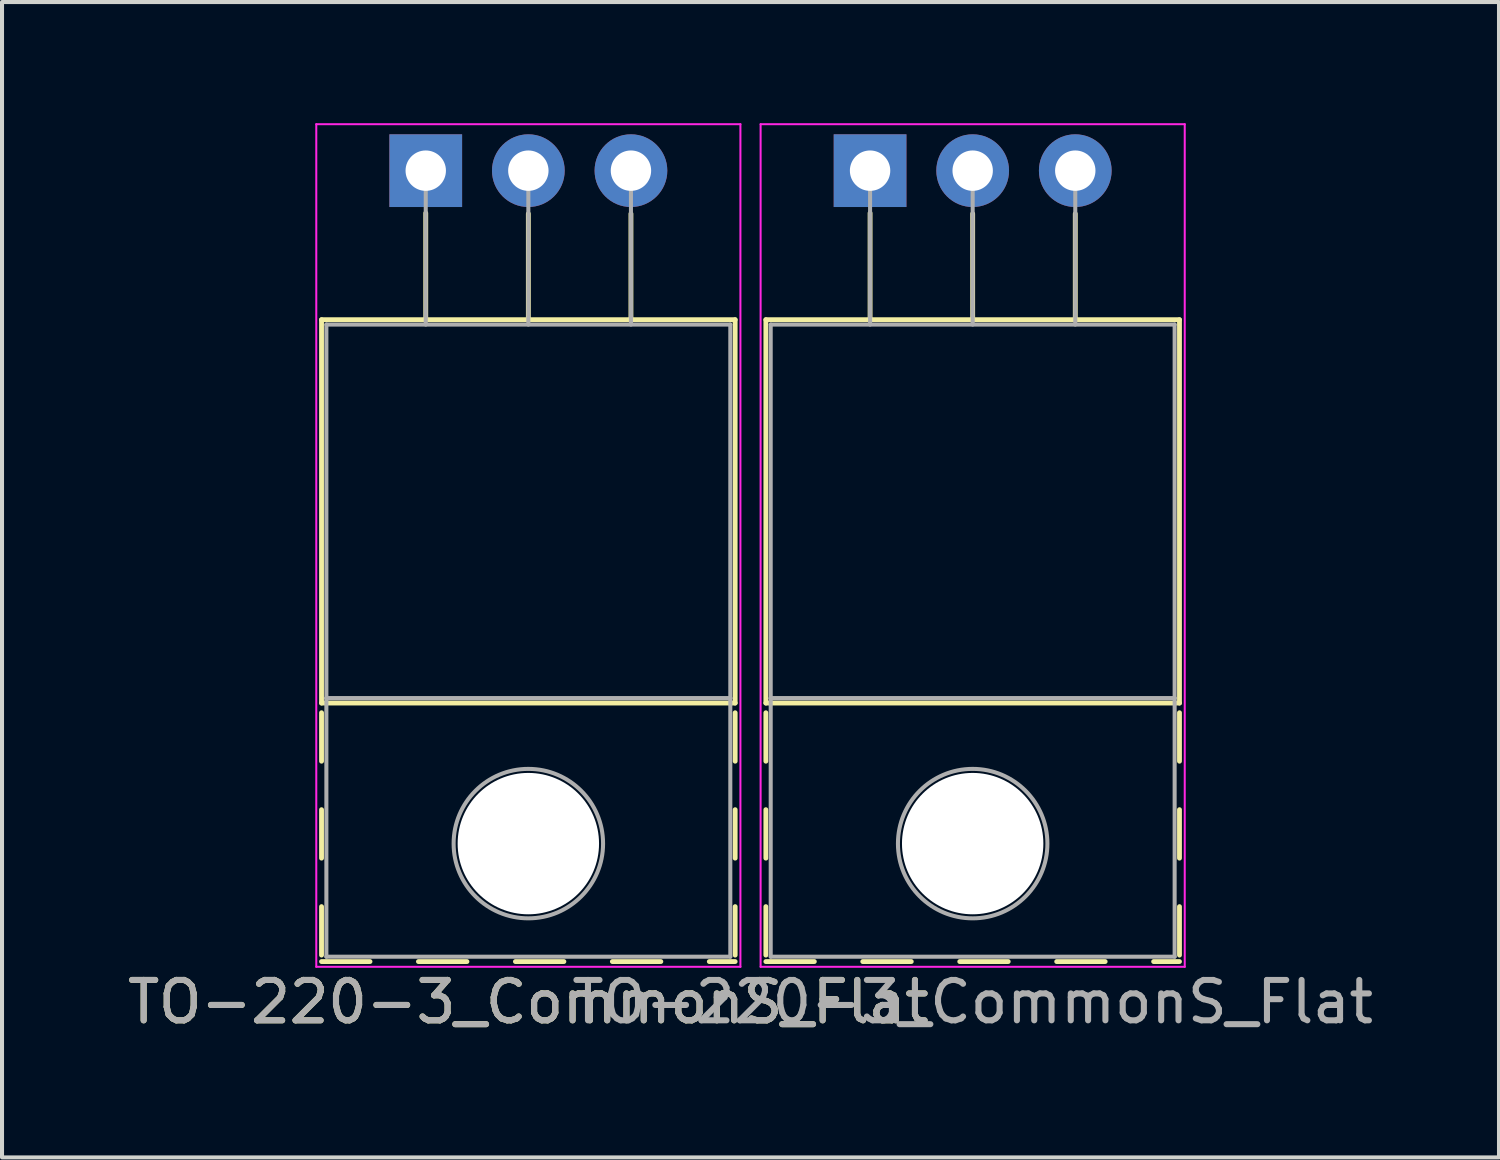
<source format=kicad_pcb>
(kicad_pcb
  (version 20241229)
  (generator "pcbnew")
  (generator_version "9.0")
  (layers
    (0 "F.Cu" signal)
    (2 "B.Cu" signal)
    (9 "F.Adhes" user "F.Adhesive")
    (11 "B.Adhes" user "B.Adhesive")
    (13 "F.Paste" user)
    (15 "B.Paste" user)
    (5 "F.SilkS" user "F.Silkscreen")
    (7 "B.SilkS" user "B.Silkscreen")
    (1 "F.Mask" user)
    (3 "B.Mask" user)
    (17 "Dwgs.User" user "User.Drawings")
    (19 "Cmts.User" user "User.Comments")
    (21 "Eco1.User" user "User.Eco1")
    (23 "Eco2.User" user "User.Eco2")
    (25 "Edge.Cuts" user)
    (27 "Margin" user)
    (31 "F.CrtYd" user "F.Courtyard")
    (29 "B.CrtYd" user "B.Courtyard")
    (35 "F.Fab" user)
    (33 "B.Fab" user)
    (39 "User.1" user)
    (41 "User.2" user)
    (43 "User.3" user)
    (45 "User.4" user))
  (footprint "TO-220-3_CommonS_Flat"
    (layer "F.Cu")
    (at 15.53 1.175)
    (property "Reference" "TO-220-3_CommonS_Flat" (at -5.5 20.58 0) (layer "F.SilkS") (effects (font (size 1 1) (thickness 0.15))))
    (attr through_hole)
    (fp_line (start -10.62 3.69) (end -10.62 13.18) (stroke (width 0.12) (type solid)) (layer "F.SilkS"))
    (fp_line (start -10.62 3.69) (end -0.38 3.69) (stroke (width 0.12) (type solid)) (layer "F.SilkS"))
    (fp_line (start -10.62 13.18) (end -0.38 13.18) (stroke (width 0.12) (type solid)) (layer "F.SilkS"))
    (fp_line (start -10.62 13.42) (end -10.62 14.62) (stroke (width 0.12) (type solid)) (layer "F.SilkS"))
    (fp_line (start -10.62 15.82) (end -10.62 17.02) (stroke (width 0.12) (type solid)) (layer "F.SilkS"))
    (fp_line (start -10.62 18.22) (end -10.62 19.42) (stroke (width 0.12) (type solid)) (layer "F.SilkS"))
    (fp_line (start -10.62 19.58) (end -9.42 19.58) (stroke (width 0.12) (type solid)) (layer "F.SilkS"))
    (fp_line (start -8.221 19.58) (end -7.02 19.58) (stroke (width 0.12) (type solid)) (layer "F.SilkS"))
    (fp_line (start -8.04 1.05) (end -8.04 3.69) (stroke (width 0.12) (type solid)) (layer "F.SilkS"))
    (fp_line (start -5.82 19.58) (end -4.62 19.58) (stroke (width 0.12) (type solid)) (layer "F.SilkS"))
    (fp_line (start -5.5 1.066) (end -5.5 3.69) (stroke (width 0.12) (type solid)) (layer "F.SilkS"))
    (fp_line (start -3.42 19.58) (end -2.22 19.58) (stroke (width 0.12) (type solid)) (layer "F.SilkS"))
    (fp_line (start -2.96 1.066) (end -2.96 3.69) (stroke (width 0.12) (type solid)) (layer "F.SilkS"))
    (fp_line (start -1.02 19.58) (end -0.38 19.58) (stroke (width 0.12) (type solid)) (layer "F.SilkS"))
    (fp_line (start -0.38 3.69) (end -0.38 13.18) (stroke (width 0.12) (type solid)) (layer "F.SilkS"))
    (fp_line (start -0.38 13.42) (end -0.38 14.62) (stroke (width 0.12) (type solid)) (layer "F.SilkS"))
    (fp_line (start -0.38 15.82) (end -0.38 17.02) (stroke (width 0.12) (type solid)) (layer "F.SilkS"))
    (fp_line (start -0.38 18.22) (end -0.38 19.42) (stroke (width 0.12) (type solid)) (layer "F.SilkS"))
    (fp_line (start 0.38 3.69) (end 0.38 13.18) (stroke (width 0.12) (type solid)) (layer "F.SilkS"))
    (fp_line (start 0.38 3.69) (end 10.62 3.69) (stroke (width 0.12) (type solid)) (layer "F.SilkS"))
    (fp_line (start 0.38 13.18) (end 10.62 13.18) (stroke (width 0.12) (type solid)) (layer "F.SilkS"))
    (fp_line (start 0.38 13.42) (end 0.38 14.62) (stroke (width 0.12) (type solid)) (layer "F.SilkS"))
    (fp_line (start 0.38 15.82) (end 0.38 17.02) (stroke (width 0.12) (type solid)) (layer "F.SilkS"))
    (fp_line (start 0.38 18.22) (end 0.38 19.42) (stroke (width 0.12) (type solid)) (layer "F.SilkS"))
    (fp_line (start 0.38 19.58) (end 1.58 19.58) (stroke (width 0.12) (type solid)) (layer "F.SilkS"))
    (fp_line (start 2.779 19.58) (end 3.98 19.58) (stroke (width 0.12) (type solid)) (layer "F.SilkS"))
    (fp_line (start 2.96 1.05) (end 2.96 3.69) (stroke (width 0.12) (type solid)) (layer "F.SilkS"))
    (fp_line (start 5.18 19.58) (end 6.38 19.58) (stroke (width 0.12) (type solid)) (layer "F.SilkS"))
    (fp_line (start 5.5 1.066) (end 5.5 3.69) (stroke (width 0.12) (type solid)) (layer "F.SilkS"))
    (fp_line (start 7.58 19.58) (end 8.78 19.58) (stroke (width 0.12) (type solid)) (layer "F.SilkS"))
    (fp_line (start 8.04 1.066) (end 8.04 3.69) (stroke (width 0.12) (type solid)) (layer "F.SilkS"))
    (fp_line (start 9.98 19.58) (end 10.62 19.58) (stroke (width 0.12) (type solid)) (layer "F.SilkS"))
    (fp_line (start 10.62 3.69) (end 10.62 13.18) (stroke (width 0.12) (type solid)) (layer "F.SilkS"))
    (fp_line (start 10.62 13.42) (end 10.62 14.62) (stroke (width 0.12) (type solid)) (layer "F.SilkS"))
    (fp_line (start 10.62 15.82) (end 10.62 17.02) (stroke (width 0.12) (type solid)) (layer "F.SilkS"))
    (fp_line (start 10.62 18.22) (end 10.62 19.42) (stroke (width 0.12) (type solid)) (layer "F.SilkS"))
    (fp_line (start -10.75 -1.15) (end -10.75 19.71) (stroke (width 0.05) (type solid)) (layer "F.CrtYd"))
    (fp_line (start -10.75 19.71) (end -0.25 19.71) (stroke (width 0.05) (type solid)) (layer "F.CrtYd"))
    (fp_line (start -0.25 -1.15) (end -10.75 -1.15) (stroke (width 0.05) (type solid)) (layer "F.CrtYd"))
    (fp_line (start -0.25 19.71) (end -0.25 -1.15) (stroke (width 0.05) (type solid)) (layer "F.CrtYd"))
    (fp_line (start 0.25 -1.15) (end 0.25 19.71) (stroke (width 0.05) (type solid)) (layer "F.CrtYd"))
    (fp_line (start 0.25 19.71) (end 10.75 19.71) (stroke (width 0.05) (type solid)) (layer "F.CrtYd"))
    (fp_line (start 10.75 -1.15) (end 0.25 -1.15) (stroke (width 0.05) (type solid)) (layer "F.CrtYd"))
    (fp_line (start 10.75 19.71) (end 10.75 -1.15) (stroke (width 0.05) (type solid)) (layer "F.CrtYd"))
    (fp_line (start -10.5 3.81) (end -10.5 13.06) (stroke (width 0.1) (type solid)) (layer "F.Fab"))
    (fp_line (start -10.5 13.06) (end -10.5 19.46) (stroke (width 0.1) (type solid)) (layer "F.Fab"))
    (fp_line (start -10.5 13.06) (end -0.5 13.06) (stroke (width 0.1) (type solid)) (layer "F.Fab"))
    (fp_line (start -10.5 19.46) (end -0.5 19.46) (stroke (width 0.1) (type solid)) (layer "F.Fab"))
    (fp_line (start -8.04 3.81) (end -8.04 0) (stroke (width 0.1) (type solid)) (layer "F.Fab"))
    (fp_line (start -5.5 3.81) (end -5.5 0) (stroke (width 0.1) (type solid)) (layer "F.Fab"))
    (fp_line (start -2.96 3.81) (end -2.96 0) (stroke (width 0.1) (type solid)) (layer "F.Fab"))
    (fp_line (start -0.5 3.81) (end -10.5 3.81) (stroke (width 0.1) (type solid)) (layer "F.Fab"))
    (fp_line (start -0.5 13.06) (end -10.5 13.06) (stroke (width 0.1) (type solid)) (layer "F.Fab"))
    (fp_line (start -0.5 13.06) (end -0.5 3.81) (stroke (width 0.1) (type solid)) (layer "F.Fab"))
    (fp_line (start -0.5 19.46) (end -0.5 13.06) (stroke (width 0.1) (type solid)) (layer "F.Fab"))
    (fp_line (start 0.5 3.81) (end 0.5 13.06) (stroke (width 0.1) (type solid)) (layer "F.Fab"))
    (fp_line (start 0.5 13.06) (end 0.5 19.46) (stroke (width 0.1) (type solid)) (layer "F.Fab"))
    (fp_line (start 0.5 13.06) (end 10.5 13.06) (stroke (width 0.1) (type solid)) (layer "F.Fab"))
    (fp_line (start 0.5 19.46) (end 10.5 19.46) (stroke (width 0.1) (type solid)) (layer "F.Fab"))
    (fp_line (start 2.96 3.81) (end 2.96 0) (stroke (width 0.1) (type solid)) (layer "F.Fab"))
    (fp_line (start 5.5 3.81) (end 5.5 0) (stroke (width 0.1) (type solid)) (layer "F.Fab"))
    (fp_line (start 8.04 3.81) (end 8.04 0) (stroke (width 0.1) (type solid)) (layer "F.Fab"))
    (fp_line (start 10.5 3.81) (end 0.5 3.81) (stroke (width 0.1) (type solid)) (layer "F.Fab"))
    (fp_line (start 10.5 13.06) (end 0.5 13.06) (stroke (width 0.1) (type solid)) (layer "F.Fab"))
    (fp_line (start 10.5 13.06) (end 10.5 3.81) (stroke (width 0.1) (type solid)) (layer "F.Fab"))
    (fp_line (start 10.5 19.46) (end 10.5 13.06) (stroke (width 0.1) (type solid)) (layer "F.Fab"))
    (fp_circle (center -5.5 16.66) (end -3.65 16.66) (stroke (width 0.1) (type solid)) (fill no) (layer "F.Fab"))
    (fp_circle (center 5.5 16.66) (end 7.35 16.66) (stroke (width 0.1) (type solid)) (fill no) (layer "F.Fab"))
    (fp_text user "${REFERENCE}" (at -5.5 20.58 0) (layer "F.Fab") (effects (font (size 1 1) (thickness 0.15))))
    (fp_text user "${REFERENCE}" (at 5.5 20.58 0) (layer "F.Fab") (effects (font (size 1 1) (thickness 0.15))))
    (pad "" np_thru_hole oval (at -5.5 16.66) (size 3.5 3.5) (drill 3.5) (layers "*.Cu" "*.Mask"))
    (pad "" np_thru_hole oval (at 5.5 16.66) (size 3.5 3.5) (drill 3.5) (layers "*.Cu" "*.Mask"))
    (pad "D1" thru_hole oval (at -5.5 0) (size 1.8 1.8) (drill 1) (layers "*.Cu" "*.Mask"))
    (pad "D2" thru_hole oval (at 5.5 0) (size 1.8 1.8) (drill 1) (layers "*.Cu" "*.Mask"))
    (pad "G" thru_hole rect (at -8.04 0) (size 1.8 1.8) (drill 1) (layers "*.Cu" "*.Mask"))
    (pad "G" thru_hole rect (at 2.96 0) (size 1.8 1.8) (drill 1) (layers "*.Cu" "*.Mask"))
    (pad "S" thru_hole oval (at -2.96 0) (size 1.8 1.8) (drill 1) (layers "*.Cu" "*.Mask"))
    (pad "S" thru_hole oval (at 8.04 0) (size 1.8 1.8) (drill 1) (layers "*.Cu" "*.Mask")))
  (gr_rect
    (start -3 -3)
    (end 34.06 25.603)
    (stroke (width 0.1) (type default))
    (fill no)
    (layer "Edge.Cuts")))
</source>
